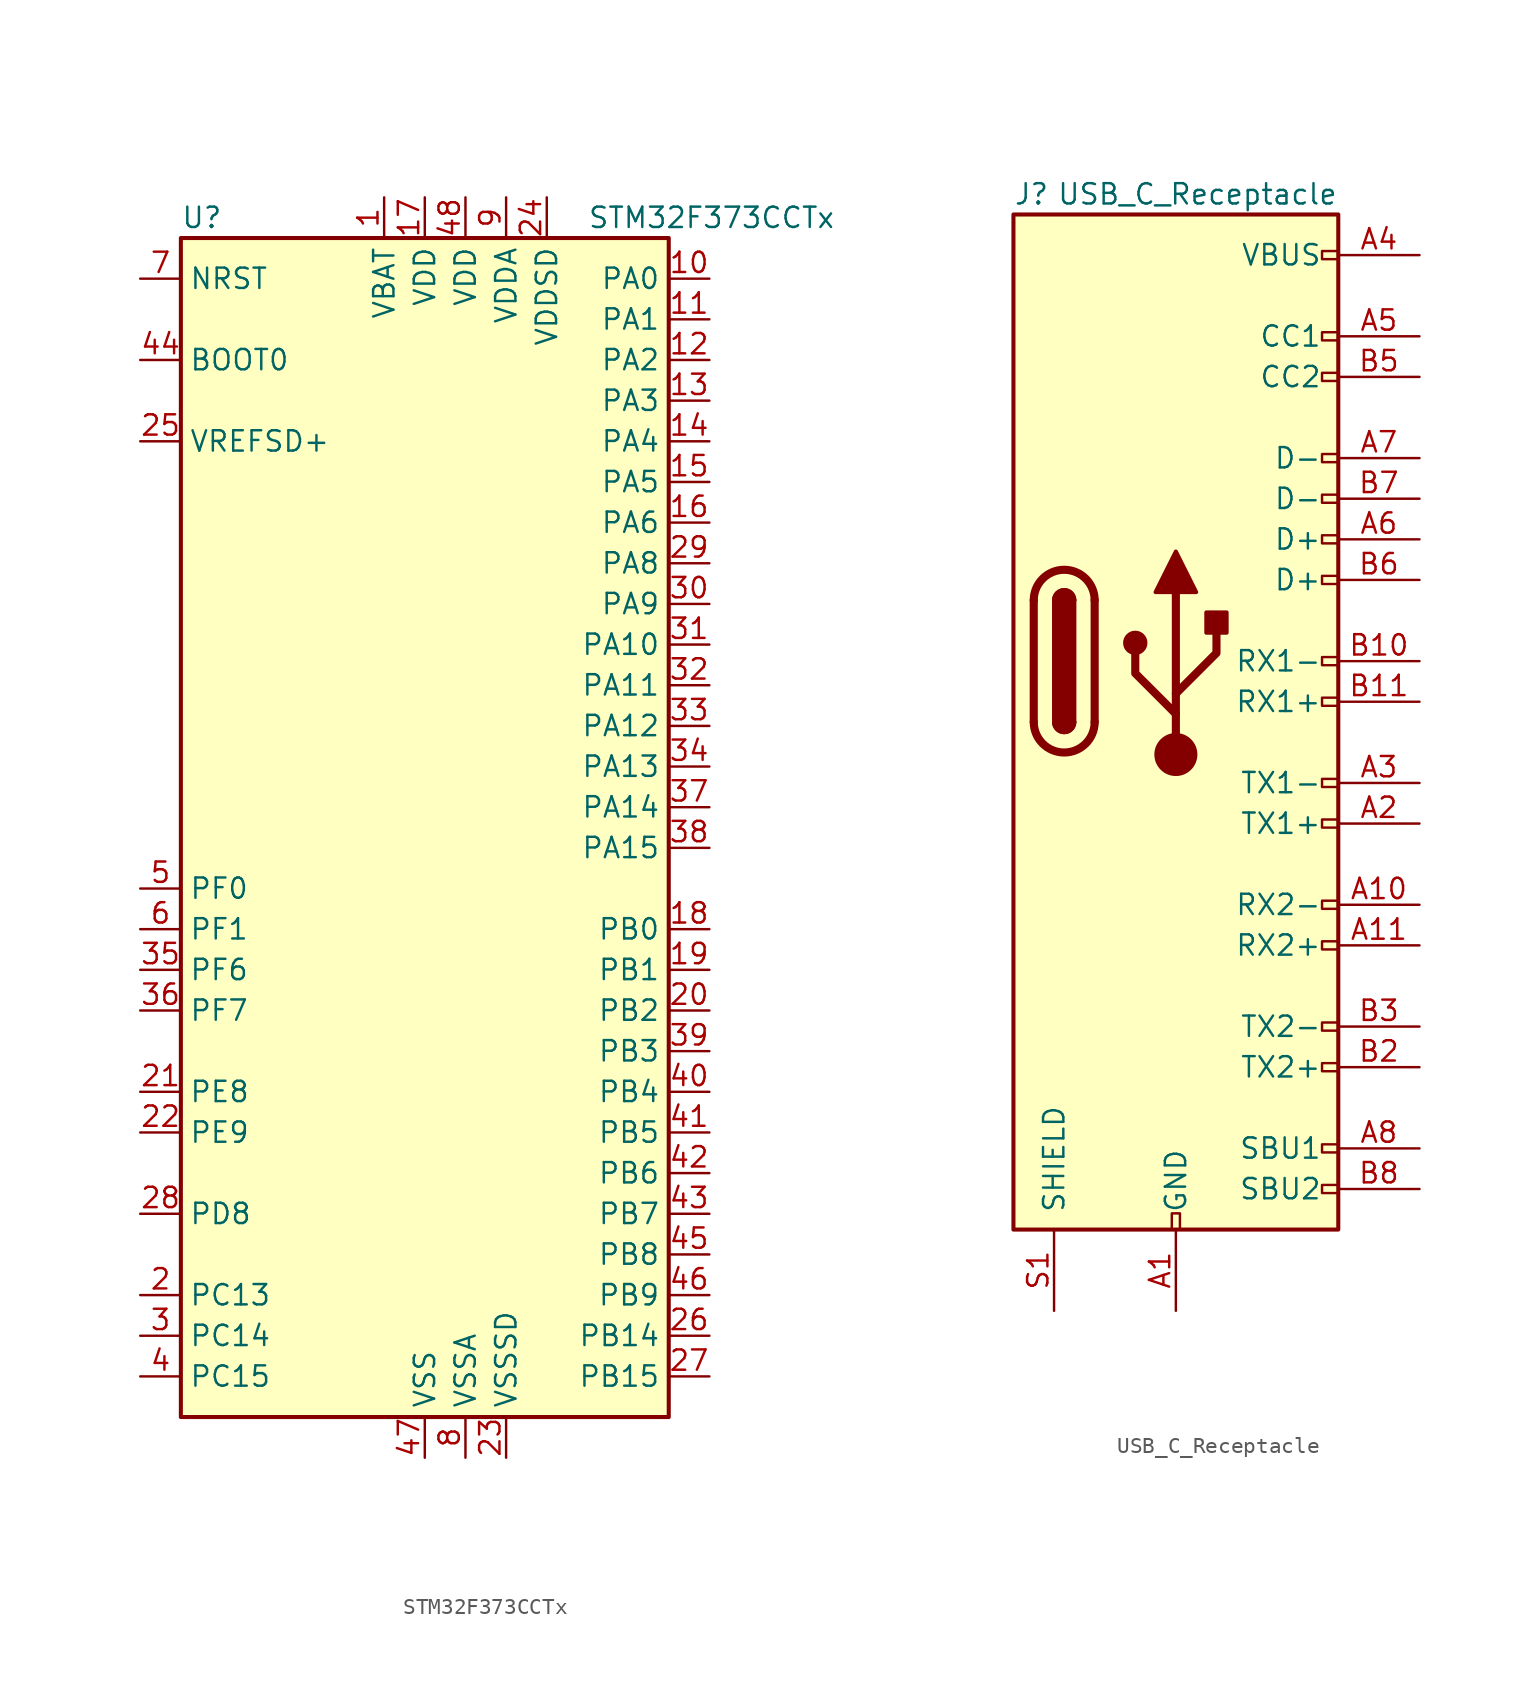
<source format=kicad_sym>
(kicad_symbol_lib
  (version 20231120)
  (generator "kicad_symbol_editor")
  (generator_version "8.0")
  (symbol "STM32F373CCTx"
    (property "Reference" "U"
      (at -15.24 36.83 0)
      (effects (font (size 1.27 1.27)) (justify left)))
    (property "Value" "STM32F373CCTx"
      (at 10.16 36.83 0)
      (effects (font (size 1.27 1.27)) (justify left)))
    (symbol "STM32F373CCTx_0_1"
      (rectangle (start -15.24 -38.1) (end 15.24 35.56) (stroke (width 0.254) (type default)) (fill (type background))))
    (symbol "STM32F373CCTx_1_1"
      (pin power_in line (at -2.54 38.1 270) (length 2.54) (name "VBAT" (effects (font (size 1.27 1.27)))) (number "1" (effects (font (size 1.27 1.27)))))
      (pin bidirectional line (at 17.78 33.02 180) (length 2.54) (name "PA0" (effects (font (size 1.27 1.27)))) (number "10" (effects (font (size 1.27 1.27)))))
      (pin bidirectional line (at 17.78 30.48 180) (length 2.54) (name "PA1" (effects (font (size 1.27 1.27)))) (number "11" (effects (font (size 1.27 1.27)))))
      (pin bidirectional line (at 17.78 27.94 180) (length 2.54) (name "PA2" (effects (font (size 1.27 1.27)))) (number "12" (effects (font (size 1.27 1.27)))))
      (pin bidirectional line (at 17.78 25.4 180) (length 2.54) (name "PA3" (effects (font (size 1.27 1.27)))) (number "13" (effects (font (size 1.27 1.27)))))
      (pin bidirectional line (at 17.78 22.86 180) (length 2.54) (name "PA4" (effects (font (size 1.27 1.27)))) (number "14" (effects (font (size 1.27 1.27)))))
      (pin bidirectional line (at 17.78 20.32 180) (length 2.54) (name "PA5" (effects (font (size 1.27 1.27)))) (number "15" (effects (font (size 1.27 1.27)))))
      (pin bidirectional line (at 17.78 17.78 180) (length 2.54) (name "PA6" (effects (font (size 1.27 1.27)))) (number "16" (effects (font (size 1.27 1.27)))))
      (pin power_in line (at 0 38.1 270) (length 2.54) (name "VDD" (effects (font (size 1.27 1.27)))) (number "17" (effects (font (size 1.27 1.27)))))
      (pin bidirectional line (at 17.78 -7.62 180) (length 2.54) (name "PB0" (effects (font (size 1.27 1.27)))) (number "18" (effects (font (size 1.27 1.27)))))
      (pin bidirectional line (at 17.78 -10.16 180) (length 2.54) (name "PB1" (effects (font (size 1.27 1.27)))) (number "19" (effects (font (size 1.27 1.27)))))
      (pin bidirectional line (at -17.78 -30.48 0) (length 2.54) (name "PC13" (effects (font (size 1.27 1.27)))) (number "2" (effects (font (size 1.27 1.27)))))
      (pin bidirectional line (at 17.78 -12.7 180) (length 2.54) (name "PB2" (effects (font (size 1.27 1.27)))) (number "20" (effects (font (size 1.27 1.27)))))
      (pin bidirectional line (at -17.78 -17.78 0) (length 2.54) (name "PE8" (effects (font (size 1.27 1.27)))) (number "21" (effects (font (size 1.27 1.27)))))
      (pin bidirectional line (at -17.78 -20.32 0) (length 2.54) (name "PE9" (effects (font (size 1.27 1.27)))) (number "22" (effects (font (size 1.27 1.27)))))
      (pin power_in line (at 5.08 -40.64 90) (length 2.54) (name "VSSSD" (effects (font (size 1.27 1.27)))) (number "23" (effects (font (size 1.27 1.27)))))
      (pin power_in line (at 7.62 38.1 270) (length 2.54) (name "VDDSD" (effects (font (size 1.27 1.27)))) (number "24" (effects (font (size 1.27 1.27)))))
      (pin power_in line (at -17.78 22.86 0) (length 2.54) (name "VREFSD+" (effects (font (size 1.27 1.27)))) (number "25" (effects (font (size 1.27 1.27)))))
      (pin bidirectional line (at 17.78 -33.02 180) (length 2.54) (name "PB14" (effects (font (size 1.27 1.27)))) (number "26" (effects (font (size 1.27 1.27)))))
      (pin bidirectional line (at 17.78 -35.56 180) (length 2.54) (name "PB15" (effects (font (size 1.27 1.27)))) (number "27" (effects (font (size 1.27 1.27)))))
      (pin bidirectional line (at -17.78 -25.4 0) (length 2.54) (name "PD8" (effects (font (size 1.27 1.27)))) (number "28" (effects (font (size 1.27 1.27)))))
      (pin bidirectional line (at 17.78 15.24 180) (length 2.54) (name "PA8" (effects (font (size 1.27 1.27)))) (number "29" (effects (font (size 1.27 1.27)))))
      (pin bidirectional line (at -17.78 -33.02 0) (length 2.54) (name "PC14" (effects (font (size 1.27 1.27)))) (number "3" (effects (font (size 1.27 1.27)))))
      (pin bidirectional line (at 17.78 12.7 180) (length 2.54) (name "PA9" (effects (font (size 1.27 1.27)))) (number "30" (effects (font (size 1.27 1.27)))))
      (pin bidirectional line (at 17.78 10.16 180) (length 2.54) (name "PA10" (effects (font (size 1.27 1.27)))) (number "31" (effects (font (size 1.27 1.27)))))
      (pin bidirectional line (at 17.78 7.62 180) (length 2.54) (name "PA11" (effects (font (size 1.27 1.27)))) (number "32" (effects (font (size 1.27 1.27)))))
      (pin bidirectional line (at 17.78 5.08 180) (length 2.54) (name "PA12" (effects (font (size 1.27 1.27)))) (number "33" (effects (font (size 1.27 1.27)))))
      (pin bidirectional line (at 17.78 2.54 180) (length 2.54) (name "PA13" (effects (font (size 1.27 1.27)))) (number "34" (effects (font (size 1.27 1.27)))))
      (pin bidirectional line (at -17.78 -10.16 0) (length 2.54) (name "PF6" (effects (font (size 1.27 1.27)))) (number "35" (effects (font (size 1.27 1.27)))))
      (pin bidirectional line (at -17.78 -12.7 0) (length 2.54) (name "PF7" (effects (font (size 1.27 1.27)))) (number "36" (effects (font (size 1.27 1.27)))))
      (pin bidirectional line (at 17.78 0 180) (length 2.54) (name "PA14" (effects (font (size 1.27 1.27)))) (number "37" (effects (font (size 1.27 1.27)))))
      (pin bidirectional line (at 17.78 -2.54 180) (length 2.54) (name "PA15" (effects (font (size 1.27 1.27)))) (number "38" (effects (font (size 1.27 1.27)))))
      (pin bidirectional line (at 17.78 -15.24 180) (length 2.54) (name "PB3" (effects (font (size 1.27 1.27)))) (number "39" (effects (font (size 1.27 1.27)))))
      (pin bidirectional line (at -17.78 -35.56 0) (length 2.54) (name "PC15" (effects (font (size 1.27 1.27)))) (number "4" (effects (font (size 1.27 1.27)))))
      (pin bidirectional line (at 17.78 -17.78 180) (length 2.54) (name "PB4" (effects (font (size 1.27 1.27)))) (number "40" (effects (font (size 1.27 1.27)))))
      (pin bidirectional line (at 17.78 -20.32 180) (length 2.54) (name "PB5" (effects (font (size 1.27 1.27)))) (number "41" (effects (font (size 1.27 1.27)))))
      (pin bidirectional line (at 17.78 -22.86 180) (length 2.54) (name "PB6" (effects (font (size 1.27 1.27)))) (number "42" (effects (font (size 1.27 1.27)))))
      (pin bidirectional line (at 17.78 -25.4 180) (length 2.54) (name "PB7" (effects (font (size 1.27 1.27)))) (number "43" (effects (font (size 1.27 1.27)))))
      (pin input line (at -17.78 27.94 0) (length 2.54) (name "BOOT0" (effects (font (size 1.27 1.27)))) (number "44" (effects (font (size 1.27 1.27)))))
      (pin bidirectional line (at 17.78 -27.94 180) (length 2.54) (name "PB8" (effects (font (size 1.27 1.27)))) (number "45" (effects (font (size 1.27 1.27)))))
      (pin bidirectional line (at 17.78 -30.48 180) (length 2.54) (name "PB9" (effects (font (size 1.27 1.27)))) (number "46" (effects (font (size 1.27 1.27)))))
      (pin power_in line (at 0 -40.64 90) (length 2.54) (name "VSS" (effects (font (size 1.27 1.27)))) (number "47" (effects (font (size 1.27 1.27)))))
      (pin power_in line (at 2.54 38.1 270) (length 2.54) (name "VDD" (effects (font (size 1.27 1.27)))) (number "48" (effects (font (size 1.27 1.27)))))
      (pin input line (at -17.78 -5.08 0) (length 2.54) (name "PF0" (effects (font (size 1.27 1.27)))) (number "5" (effects (font (size 1.27 1.27)))))
      (pin input line (at -17.78 -7.62 0) (length 2.54) (name "PF1" (effects (font (size 1.27 1.27)))) (number "6" (effects (font (size 1.27 1.27)))))
      (pin input line (at -17.78 33.02 0) (length 2.54) (name "NRST" (effects (font (size 1.27 1.27)))) (number "7" (effects (font (size 1.27 1.27)))))
      (pin power_in line (at 2.54 -40.64 90) (length 2.54) (name "VSSA" (effects (font (size 1.27 1.27)))) (number "8" (effects (font (size 1.27 1.27)))))
      (pin power_in line (at 5.08 38.1 270) (length 2.54) (name "VDDA" (effects (font (size 1.27 1.27)))) (number "9" (effects (font (size 1.27 1.27)))))))
  (symbol "USB_C_Receptacle"
    (pin_names
      (offset 1.016))
    (property "Reference" "J"
      (at -10.16 29.21 0)
      (effects (font (size 1.27 1.27)) (justify left)))
    (property "Value" "USB_C_Receptacle"
      (at 10.16 29.21 0)
      (effects (font (size 1.27 1.27)) (justify right)))
    (symbol "USB_C_Receptacle_0_0"
      (rectangle (start -0.254 -35.56) (end 0.254 -34.544) (stroke (width 0) (type default)) (fill (type none)))
      (rectangle (start 10.16 -32.766) (end 9.144 -33.274) (stroke (width 0) (type default)) (fill (type none)))
      (rectangle (start 10.16 -30.226) (end 9.144 -30.734) (stroke (width 0) (type default)) (fill (type none)))
      (rectangle (start 10.16 -25.146) (end 9.144 -25.654) (stroke (width 0) (type default)) (fill (type none)))
      (rectangle (start 10.16 -22.606) (end 9.144 -23.114) (stroke (width 0) (type default)) (fill (type none)))
      (rectangle (start 10.16 -17.526) (end 9.144 -18.034) (stroke (width 0) (type default)) (fill (type none)))
      (rectangle (start 10.16 -14.986) (end 9.144 -15.494) (stroke (width 0) (type default)) (fill (type none)))
      (rectangle (start 10.16 -9.906) (end 9.144 -10.414) (stroke (width 0) (type default)) (fill (type none)))
      (rectangle (start 10.16 -7.366) (end 9.144 -7.874) (stroke (width 0) (type default)) (fill (type none)))
      (rectangle (start 10.16 -2.286) (end 9.144 -2.794) (stroke (width 0) (type default)) (fill (type none)))
      (rectangle (start 10.16 0.254) (end 9.144 -0.254) (stroke (width 0) (type default)) (fill (type none)))
      (rectangle (start 10.16 5.334) (end 9.144 4.826) (stroke (width 0) (type default)) (fill (type none)))
      (rectangle (start 10.16 7.874) (end 9.144 7.366) (stroke (width 0) (type default)) (fill (type none)))
      (rectangle (start 10.16 10.414) (end 9.144 9.906) (stroke (width 0) (type default)) (fill (type none)))
      (rectangle (start 10.16 12.954) (end 9.144 12.446) (stroke (width 0) (type default)) (fill (type none)))
      (rectangle (start 10.16 18.034) (end 9.144 17.526) (stroke (width 0) (type default)) (fill (type none)))
      (rectangle (start 10.16 20.574) (end 9.144 20.066) (stroke (width 0) (type default)) (fill (type none)))
      (rectangle (start 10.16 25.654) (end 9.144 25.146) (stroke (width 0) (type default)) (fill (type none))))
    (symbol "USB_C_Receptacle_0_1"
      (rectangle (start -10.16 27.94) (end 10.16 -35.56) (stroke (width 0.254) (type default)) (fill (type background)))
      (arc (start -8.89 -3.81) (mid -6.985 -5.7067) (end -5.08 -3.81) (stroke (width 0.508) (type default)) (fill (type none)))
      (arc (start -7.62 -3.81) (mid -6.985 -4.4423) (end -6.35 -3.81) (stroke (width 0.254) (type default)) (fill (type none)))
      (arc (start -7.62 -3.81) (mid -6.985 -4.4423) (end -6.35 -3.81) (stroke (width 0.254) (type default)) (fill (type outline)))
      (rectangle (start -7.62 -3.81) (end -6.35 3.81) (stroke (width 0.254) (type default)) (fill (type outline)))
      (arc (start -6.35 3.81) (mid -6.985 4.4423) (end -7.62 3.81) (stroke (width 0.254) (type default)) (fill (type none)))
      (arc (start -6.35 3.81) (mid -6.985 4.4423) (end -7.62 3.81) (stroke (width 0.254) (type default)) (fill (type outline)))
      (arc (start -5.08 3.81) (mid -6.985 5.7067) (end -8.89 3.81) (stroke (width 0.508) (type default)) (fill (type none)))
      (polyline (pts (xy -8.89 -3.81) (xy -8.89 3.81)) (stroke (width 0.508) (type default)) (fill (type none)))
      (polyline (pts (xy -5.08 3.81) (xy -5.08 -3.81)) (stroke (width 0.508) (type default)) (fill (type none))))
    (symbol "USB_C_Receptacle_1_1"
      (circle (center -2.54 1.143) (radius 0.635) (stroke (width 0.254) (type default)) (fill (type outline)))
      (circle (center 0 -5.842) (radius 1.27) (stroke (width 0) (type default)) (fill (type outline)))
      (polyline (pts (xy 0 -5.842) (xy 0 4.318)) (stroke (width 0.508) (type default)) (fill (type none)))
      (polyline (pts (xy 0 -3.302) (xy -2.54 -0.762) (xy -2.54 0.508)) (stroke (width 0.508) (type default)) (fill (type none)))
      (polyline (pts (xy 0 -2.032) (xy 2.54 0.508) (xy 2.54 1.778)) (stroke (width 0.508) (type default)) (fill (type none)))
      (polyline (pts (xy -1.27 4.318) (xy 0 6.858) (xy 1.27 4.318) (xy -1.27 4.318)) (stroke (width 0.254) (type default)) (fill (type outline)))
      (rectangle (start 1.905 1.778) (end 3.175 3.048) (stroke (width 0.254) (type default)) (fill (type outline)))
      (pin passive line (at 0 -40.64 90) (length 5.08) (name "GND" (effects (font (size 1.27 1.27)))) (number "A1" (effects (font (size 1.27 1.27)))))
      (pin bidirectional line (at 15.24 -15.24 180) (length 5.08) (name "RX2-" (effects (font (size 1.27 1.27)))) (number "A10" (effects (font (size 1.27 1.27)))))
      (pin bidirectional line (at 15.24 -17.78 180) (length 5.08) (name "RX2+" (effects (font (size 1.27 1.27)))) (number "A11" (effects (font (size 1.27 1.27)))))
      (pin passive line (at 0 -40.64 90) (length 5.08) hide (name "GND" (effects (font (size 1.27 1.27)))) (number "A12" (effects (font (size 1.27 1.27)))))
      (pin bidirectional line (at 15.24 -10.16 180) (length 5.08) (name "TX1+" (effects (font (size 1.27 1.27)))) (number "A2" (effects (font (size 1.27 1.27)))))
      (pin bidirectional line (at 15.24 -7.62 180) (length 5.08) (name "TX1-" (effects (font (size 1.27 1.27)))) (number "A3" (effects (font (size 1.27 1.27)))))
      (pin passive line (at 15.24 25.4 180) (length 5.08) (name "VBUS" (effects (font (size 1.27 1.27)))) (number "A4" (effects (font (size 1.27 1.27)))))
      (pin bidirectional line (at 15.24 20.32 180) (length 5.08) (name "CC1" (effects (font (size 1.27 1.27)))) (number "A5" (effects (font (size 1.27 1.27)))))
      (pin bidirectional line (at 15.24 7.62 180) (length 5.08) (name "D+" (effects (font (size 1.27 1.27)))) (number "A6" (effects (font (size 1.27 1.27)))))
      (pin bidirectional line (at 15.24 12.7 180) (length 5.08) (name "D-" (effects (font (size 1.27 1.27)))) (number "A7" (effects (font (size 1.27 1.27)))))
      (pin bidirectional line (at 15.24 -30.48 180) (length 5.08) (name "SBU1" (effects (font (size 1.27 1.27)))) (number "A8" (effects (font (size 1.27 1.27)))))
      (pin passive line (at 15.24 25.4 180) (length 5.08) hide (name "VBUS" (effects (font (size 1.27 1.27)))) (number "A9" (effects (font (size 1.27 1.27)))))
      (pin passive line (at 0 -40.64 90) (length 5.08) hide (name "GND" (effects (font (size 1.27 1.27)))) (number "B1" (effects (font (size 1.27 1.27)))))
      (pin bidirectional line (at 15.24 0 180) (length 5.08) (name "RX1-" (effects (font (size 1.27 1.27)))) (number "B10" (effects (font (size 1.27 1.27)))))
      (pin bidirectional line (at 15.24 -2.54 180) (length 5.08) (name "RX1+" (effects (font (size 1.27 1.27)))) (number "B11" (effects (font (size 1.27 1.27)))))
      (pin passive line (at 0 -40.64 90) (length 5.08) hide (name "GND" (effects (font (size 1.27 1.27)))) (number "B12" (effects (font (size 1.27 1.27)))))
      (pin bidirectional line (at 15.24 -25.4 180) (length 5.08) (name "TX2+" (effects (font (size 1.27 1.27)))) (number "B2" (effects (font (size 1.27 1.27)))))
      (pin bidirectional line (at 15.24 -22.86 180) (length 5.08) (name "TX2-" (effects (font (size 1.27 1.27)))) (number "B3" (effects (font (size 1.27 1.27)))))
      (pin passive line (at 15.24 25.4 180) (length 5.08) hide (name "VBUS" (effects (font (size 1.27 1.27)))) (number "B4" (effects (font (size 1.27 1.27)))))
      (pin bidirectional line (at 15.24 17.78 180) (length 5.08) (name "CC2" (effects (font (size 1.27 1.27)))) (number "B5" (effects (font (size 1.27 1.27)))))
      (pin bidirectional line (at 15.24 5.08 180) (length 5.08) (name "D+" (effects (font (size 1.27 1.27)))) (number "B6" (effects (font (size 1.27 1.27)))))
      (pin bidirectional line (at 15.24 10.16 180) (length 5.08) (name "D-" (effects (font (size 1.27 1.27)))) (number "B7" (effects (font (size 1.27 1.27)))))
      (pin bidirectional line (at 15.24 -33.02 180) (length 5.08) (name "SBU2" (effects (font (size 1.27 1.27)))) (number "B8" (effects (font (size 1.27 1.27)))))
      (pin passive line (at 15.24 25.4 180) (length 5.08) hide (name "VBUS" (effects (font (size 1.27 1.27)))) (number "B9" (effects (font (size 1.27 1.27)))))
      (pin passive line (at -7.62 -40.64 90) (length 5.08) (name "SHIELD" (effects (font (size 1.27 1.27)))) (number "S1" (effects (font (size 1.27 1.27))))))))
</source>
